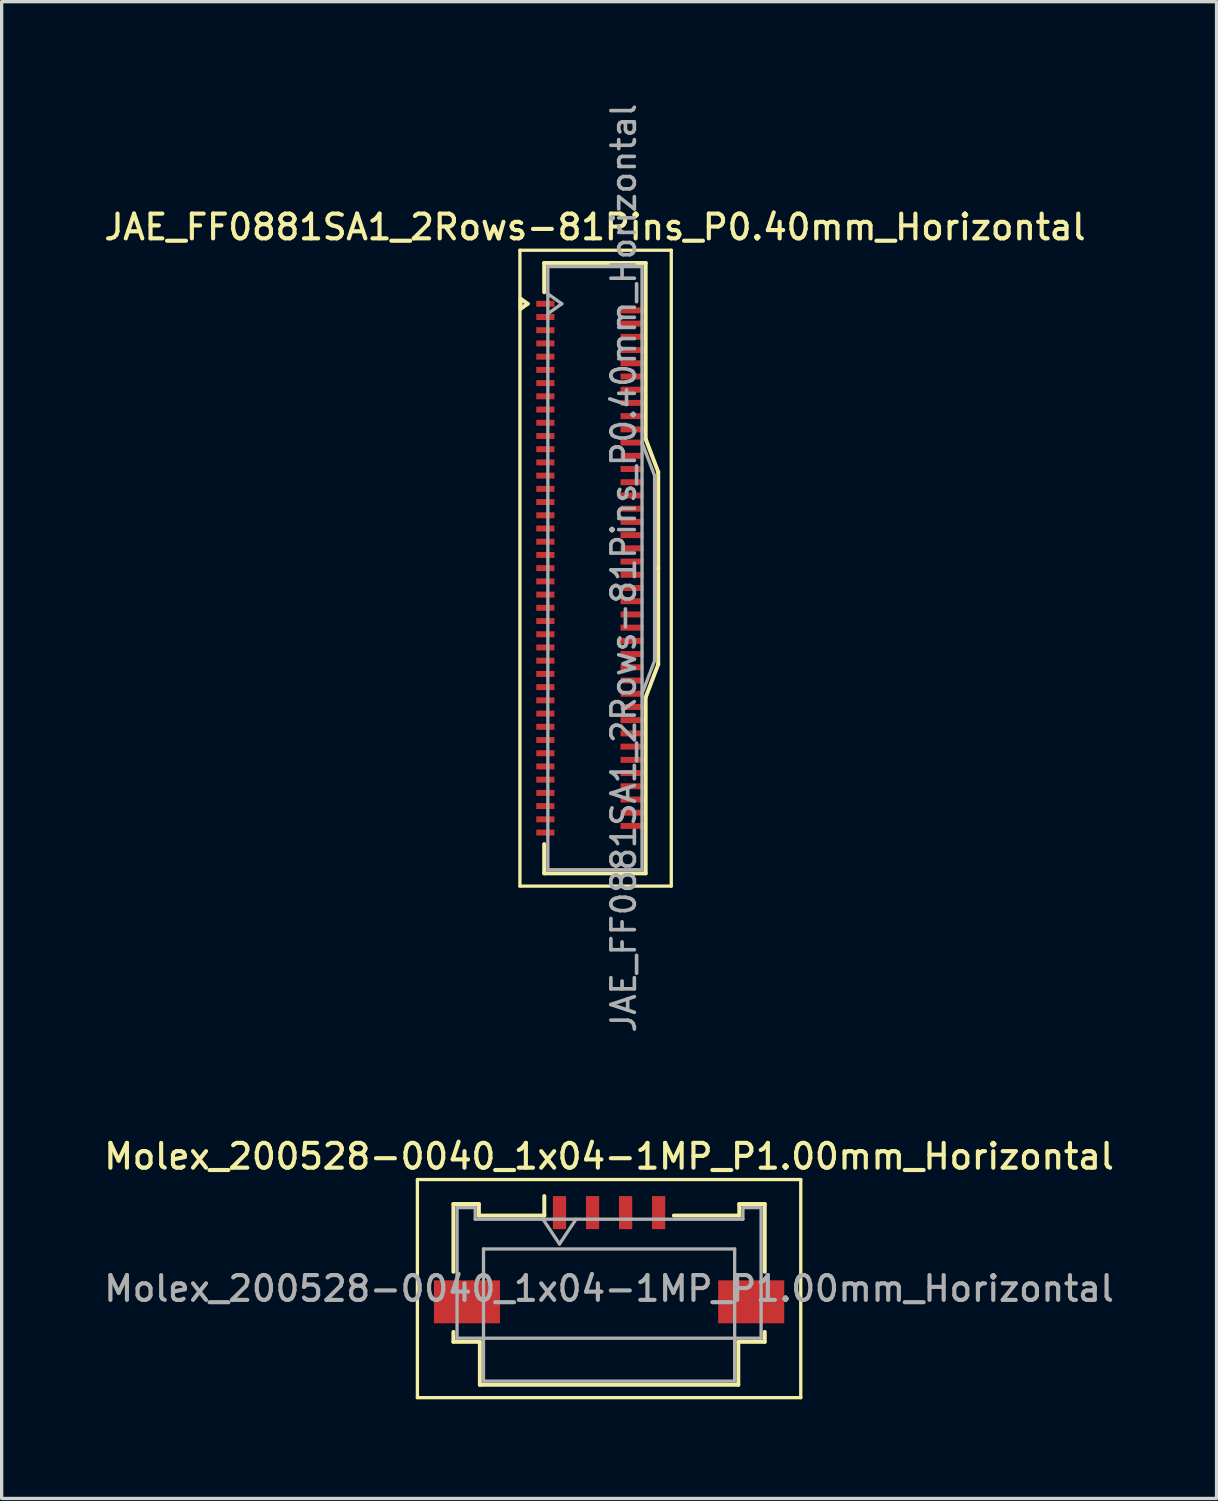
<source format=kicad_pcb>
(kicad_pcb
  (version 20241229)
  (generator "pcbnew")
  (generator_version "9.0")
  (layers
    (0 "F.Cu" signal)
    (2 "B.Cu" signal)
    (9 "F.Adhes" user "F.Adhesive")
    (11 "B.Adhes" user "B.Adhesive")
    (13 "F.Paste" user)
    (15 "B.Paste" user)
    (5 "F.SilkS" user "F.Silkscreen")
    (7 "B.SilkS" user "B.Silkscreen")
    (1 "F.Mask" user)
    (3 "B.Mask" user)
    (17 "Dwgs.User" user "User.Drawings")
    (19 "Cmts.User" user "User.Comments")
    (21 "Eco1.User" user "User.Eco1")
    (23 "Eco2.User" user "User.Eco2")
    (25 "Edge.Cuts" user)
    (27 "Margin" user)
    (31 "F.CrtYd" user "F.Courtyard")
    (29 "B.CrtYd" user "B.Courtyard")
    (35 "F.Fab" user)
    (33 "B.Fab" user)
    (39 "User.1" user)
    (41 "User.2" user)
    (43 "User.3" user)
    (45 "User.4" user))
  (footprint "JAE_FF0881SA1_2Rows-81Pins_P0.40mm_Horizontal"
    (layer "F.Cu")
    (at 14.802 14.142)
    (property "Reference" "JAE_FF0881SA1_2Rows-81Pins_P0.40mm_Horizontal" (at 0.15 -10.32 0) (layer "F.SilkS") (effects (font (size 0.75 0.75) (thickness 0.125))))
    (attr smd)
    (fp_line (start -2.12 -9.62) (end -2.12 9.62) (stroke (width 0.1) (type solid)) (layer "F.SilkS"))
    (fp_line (start -2.12 9.62) (end 2.46 9.62) (stroke (width 0.1) (type solid)) (layer "F.SilkS"))
    (fp_line (start -2.097 -8.15) (end -1.885 -8) (stroke (width 0.12) (type solid)) (layer "F.SilkS"))
    (fp_line (start -2.097 -7.85) (end -2.097 -8.15) (stroke (width 0.12) (type solid)) (layer "F.SilkS"))
    (fp_line (start -1.885 -8) (end -2.097 -7.85) (stroke (width 0.12) (type solid)) (layer "F.SilkS"))
    (fp_line (start -1.385 -9.235) (end 1.685 -9.235) (stroke (width 0.12) (type solid)) (layer "F.SilkS"))
    (fp_line (start -1.385 -8.35) (end -1.385 -9.235) (stroke (width 0.12) (type solid)) (layer "F.SilkS"))
    (fp_line (start -1.385 8.35) (end -1.385 9.235) (stroke (width 0.12) (type solid)) (layer "F.SilkS"))
    (fp_line (start -1.385 9.235) (end 1.685 9.235) (stroke (width 0.12) (type solid)) (layer "F.SilkS"))
    (fp_line (start 1.685 -9.235) (end 1.685 -3.91) (stroke (width 0.12) (type solid)) (layer "F.SilkS"))
    (fp_line (start 1.685 -3.91) (end 2.065 -2.91) (stroke (width 0.12) (type solid)) (layer "F.SilkS"))
    (fp_line (start 1.685 3.91) (end 2.065 2.91) (stroke (width 0.12) (type solid)) (layer "F.SilkS"))
    (fp_line (start 1.685 9.235) (end 1.685 3.91) (stroke (width 0.12) (type solid)) (layer "F.SilkS"))
    (fp_line (start 2.065 -2.91) (end 2.065 0) (stroke (width 0.12) (type solid)) (layer "F.SilkS"))
    (fp_line (start 2.065 2.91) (end 2.065 0) (stroke (width 0.12) (type solid)) (layer "F.SilkS"))
    (fp_line (start 2.46 -9.62) (end -2.12 -9.62) (stroke (width 0.1) (type solid)) (layer "F.SilkS"))
    (fp_line (start 2.46 9.62) (end 2.46 -9.62) (stroke (width 0.1) (type solid)) (layer "F.SilkS"))
    (fp_line (start -1.275 -9.125) (end -1.275 9.125) (stroke (width 0.1) (type solid)) (layer "F.Fab"))
    (fp_line (start -1.275 -8.3) (end -0.851 -8) (stroke (width 0.1) (type solid)) (layer "F.Fab"))
    (fp_line (start -1.275 9.125) (end 1.575 9.125) (stroke (width 0.1) (type solid)) (layer "F.Fab"))
    (fp_line (start -0.851 -8) (end -1.275 -7.7) (stroke (width 0.1) (type solid)) (layer "F.Fab"))
    (fp_line (start 1.575 -9.125) (end -1.275 -9.125) (stroke (width 0.1) (type solid)) (layer "F.Fab"))
    (fp_line (start 1.575 -3.8) (end 1.955 -2.8) (stroke (width 0.1) (type solid)) (layer "F.Fab"))
    (fp_line (start 1.575 9.125) (end 1.575 -9.125) (stroke (width 0.1) (type solid)) (layer "F.Fab"))
    (fp_line (start 1.955 -2.8) (end 1.955 2.8) (stroke (width 0.1) (type solid)) (layer "F.Fab"))
    (fp_line (start 1.955 2.8) (end 1.575 3.8) (stroke (width 0.1) (type solid)) (layer "F.Fab"))
    (fp_text user "${REFERENCE}" (at 1.02 0 90) (layer "F.Fab") (effects (font (size 0.71 0.71) (thickness 0.11))))
    (pad "1" smd rect (at -1.35 -8) (size 0.55 0.18) (layers "F.Cu" "F.Mask" "F.Paste"))
    (pad "2" smd rect (at 1.275 -7.8) (size 0.7 0.18) (layers "F.Cu" "F.Mask" "F.Paste"))
    (pad "3" smd rect (at -1.35 -7.6) (size 0.55 0.18) (layers "F.Cu" "F.Mask" "F.Paste"))
    (pad "4" smd rect (at 1.275 -7.4) (size 0.7 0.18) (layers "F.Cu" "F.Mask" "F.Paste"))
    (pad "5" smd rect (at -1.35 -7.2) (size 0.55 0.18) (layers "F.Cu" "F.Mask" "F.Paste"))
    (pad "6" smd rect (at 1.275 -7) (size 0.7 0.18) (layers "F.Cu" "F.Mask" "F.Paste"))
    (pad "7" smd rect (at -1.35 -6.8) (size 0.55 0.18) (layers "F.Cu" "F.Mask" "F.Paste"))
    (pad "8" smd rect (at 1.275 -6.6) (size 0.7 0.18) (layers "F.Cu" "F.Mask" "F.Paste"))
    (pad "9" smd rect (at -1.35 -6.4) (size 0.55 0.18) (layers "F.Cu" "F.Mask" "F.Paste"))
    (pad "10" smd rect (at 1.275 -6.2) (size 0.7 0.18) (layers "F.Cu" "F.Mask" "F.Paste"))
    (pad "11" smd rect (at -1.35 -6) (size 0.55 0.18) (layers "F.Cu" "F.Mask" "F.Paste"))
    (pad "12" smd rect (at 1.275 -5.8) (size 0.7 0.18) (layers "F.Cu" "F.Mask" "F.Paste"))
    (pad "13" smd rect (at -1.35 -5.6) (size 0.55 0.18) (layers "F.Cu" "F.Mask" "F.Paste"))
    (pad "14" smd rect (at 1.275 -5.4) (size 0.7 0.18) (layers "F.Cu" "F.Mask" "F.Paste"))
    (pad "15" smd rect (at -1.35 -5.2) (size 0.55 0.18) (layers "F.Cu" "F.Mask" "F.Paste"))
    (pad "16" smd rect (at 1.275 -5) (size 0.7 0.18) (layers "F.Cu" "F.Mask" "F.Paste"))
    (pad "17" smd rect (at -1.35 -4.8) (size 0.55 0.18) (layers "F.Cu" "F.Mask" "F.Paste"))
    (pad "18" smd rect (at 1.275 -4.6) (size 0.7 0.18) (layers "F.Cu" "F.Mask" "F.Paste"))
    (pad "19" smd rect (at -1.35 -4.4) (size 0.55 0.18) (layers "F.Cu" "F.Mask" "F.Paste"))
    (pad "20" smd rect (at 1.275 -4.2) (size 0.7 0.18) (layers "F.Cu" "F.Mask" "F.Paste"))
    (pad "21" smd rect (at -1.35 -4) (size 0.55 0.18) (layers "F.Cu" "F.Mask" "F.Paste"))
    (pad "22" smd rect (at 1.275 -3.8) (size 0.7 0.18) (layers "F.Cu" "F.Mask" "F.Paste"))
    (pad "23" smd rect (at -1.35 -3.6) (size 0.55 0.18) (layers "F.Cu" "F.Mask" "F.Paste"))
    (pad "24" smd rect (at 1.275 -3.4) (size 0.7 0.18) (layers "F.Cu" "F.Mask" "F.Paste"))
    (pad "25" smd rect (at -1.35 -3.2) (size 0.55 0.18) (layers "F.Cu" "F.Mask" "F.Paste"))
    (pad "26" smd rect (at 1.275 -3) (size 0.7 0.18) (layers "F.Cu" "F.Mask" "F.Paste"))
    (pad "27" smd rect (at -1.35 -2.8) (size 0.55 0.18) (layers "F.Cu" "F.Mask" "F.Paste"))
    (pad "28" smd rect (at 1.275 -2.6) (size 0.7 0.18) (layers "F.Cu" "F.Mask" "F.Paste"))
    (pad "29" smd rect (at -1.35 -2.4) (size 0.55 0.18) (layers "F.Cu" "F.Mask" "F.Paste"))
    (pad "30" smd rect (at 1.275 -2.2) (size 0.7 0.18) (layers "F.Cu" "F.Mask" "F.Paste"))
    (pad "31" smd rect (at -1.35 -2) (size 0.55 0.18) (layers "F.Cu" "F.Mask" "F.Paste"))
    (pad "32" smd rect (at 1.275 -1.8) (size 0.7 0.18) (layers "F.Cu" "F.Mask" "F.Paste"))
    (pad "33" smd rect (at -1.35 -1.6) (size 0.55 0.18) (layers "F.Cu" "F.Mask" "F.Paste"))
    (pad "34" smd rect (at 1.275 -1.4) (size 0.7 0.18) (layers "F.Cu" "F.Mask" "F.Paste"))
    (pad "35" smd rect (at -1.35 -1.2) (size 0.55 0.18) (layers "F.Cu" "F.Mask" "F.Paste"))
    (pad "36" smd rect (at 1.275 -1) (size 0.7 0.18) (layers "F.Cu" "F.Mask" "F.Paste"))
    (pad "37" smd rect (at -1.35 -0.8) (size 0.55 0.18) (layers "F.Cu" "F.Mask" "F.Paste"))
    (pad "38" smd rect (at 1.275 -0.6) (size 0.7 0.18) (layers "F.Cu" "F.Mask" "F.Paste"))
    (pad "39" smd rect (at -1.35 -0.4) (size 0.55 0.18) (layers "F.Cu" "F.Mask" "F.Paste"))
    (pad "40" smd rect (at 1.275 -0.2) (size 0.7 0.18) (layers "F.Cu" "F.Mask" "F.Paste"))
    (pad "41" smd rect (at -1.35 0) (size 0.55 0.18) (layers "F.Cu" "F.Mask" "F.Paste"))
    (pad "42" smd rect (at 1.275 0.2) (size 0.7 0.18) (layers "F.Cu" "F.Mask" "F.Paste"))
    (pad "43" smd rect (at -1.35 0.4) (size 0.55 0.18) (layers "F.Cu" "F.Mask" "F.Paste"))
    (pad "44" smd rect (at 1.275 0.6) (size 0.7 0.18) (layers "F.Cu" "F.Mask" "F.Paste"))
    (pad "45" smd rect (at -1.35 0.8) (size 0.55 0.18) (layers "F.Cu" "F.Mask" "F.Paste"))
    (pad "46" smd rect (at 1.275 1) (size 0.7 0.18) (layers "F.Cu" "F.Mask" "F.Paste"))
    (pad "47" smd rect (at -1.35 1.2) (size 0.55 0.18) (layers "F.Cu" "F.Mask" "F.Paste"))
    (pad "48" smd rect (at 1.275 1.4) (size 0.7 0.18) (layers "F.Cu" "F.Mask" "F.Paste"))
    (pad "49" smd rect (at -1.35 1.6) (size 0.55 0.18) (layers "F.Cu" "F.Mask" "F.Paste"))
    (pad "50" smd rect (at 1.275 1.8) (size 0.7 0.18) (layers "F.Cu" "F.Mask" "F.Paste"))
    (pad "51" smd rect (at -1.35 2) (size 0.55 0.18) (layers "F.Cu" "F.Mask" "F.Paste"))
    (pad "52" smd rect (at 1.275 2.2) (size 0.7 0.18) (layers "F.Cu" "F.Mask" "F.Paste"))
    (pad "53" smd rect (at -1.35 2.4) (size 0.55 0.18) (layers "F.Cu" "F.Mask" "F.Paste"))
    (pad "54" smd rect (at 1.275 2.6) (size 0.7 0.18) (layers "F.Cu" "F.Mask" "F.Paste"))
    (pad "55" smd rect (at -1.35 2.8) (size 0.55 0.18) (layers "F.Cu" "F.Mask" "F.Paste"))
    (pad "56" smd rect (at 1.275 3) (size 0.7 0.18) (layers "F.Cu" "F.Mask" "F.Paste"))
    (pad "57" smd rect (at -1.35 3.2) (size 0.55 0.18) (layers "F.Cu" "F.Mask" "F.Paste"))
    (pad "58" smd rect (at 1.275 3.4) (size 0.7 0.18) (layers "F.Cu" "F.Mask" "F.Paste"))
    (pad "59" smd rect (at -1.35 3.6) (size 0.55 0.18) (layers "F.Cu" "F.Mask" "F.Paste"))
    (pad "60" smd rect (at 1.275 3.8) (size 0.7 0.18) (layers "F.Cu" "F.Mask" "F.Paste"))
    (pad "61" smd rect (at -1.35 4) (size 0.55 0.18) (layers "F.Cu" "F.Mask" "F.Paste"))
    (pad "62" smd rect (at 1.275 4.2) (size 0.7 0.18) (layers "F.Cu" "F.Mask" "F.Paste"))
    (pad "63" smd rect (at -1.35 4.4) (size 0.55 0.18) (layers "F.Cu" "F.Mask" "F.Paste"))
    (pad "64" smd rect (at 1.275 4.6) (size 0.7 0.18) (layers "F.Cu" "F.Mask" "F.Paste"))
    (pad "65" smd rect (at -1.35 4.8) (size 0.55 0.18) (layers "F.Cu" "F.Mask" "F.Paste"))
    (pad "66" smd rect (at 1.275 5) (size 0.7 0.18) (layers "F.Cu" "F.Mask" "F.Paste"))
    (pad "67" smd rect (at -1.35 5.2) (size 0.55 0.18) (layers "F.Cu" "F.Mask" "F.Paste"))
    (pad "68" smd rect (at 1.275 5.4) (size 0.7 0.18) (layers "F.Cu" "F.Mask" "F.Paste"))
    (pad "69" smd rect (at -1.35 5.6) (size 0.55 0.18) (layers "F.Cu" "F.Mask" "F.Paste"))
    (pad "70" smd rect (at 1.275 5.8) (size 0.7 0.18) (layers "F.Cu" "F.Mask" "F.Paste"))
    (pad "71" smd rect (at -1.35 6) (size 0.55 0.18) (layers "F.Cu" "F.Mask" "F.Paste"))
    (pad "72" smd rect (at 1.275 6.2) (size 0.7 0.18) (layers "F.Cu" "F.Mask" "F.Paste"))
    (pad "73" smd rect (at -1.35 6.4) (size 0.55 0.18) (layers "F.Cu" "F.Mask" "F.Paste"))
    (pad "74" smd rect (at 1.275 6.6) (size 0.7 0.18) (layers "F.Cu" "F.Mask" "F.Paste"))
    (pad "75" smd rect (at -1.35 6.8) (size 0.55 0.18) (layers "F.Cu" "F.Mask" "F.Paste"))
    (pad "76" smd rect (at 1.275 7) (size 0.7 0.18) (layers "F.Cu" "F.Mask" "F.Paste"))
    (pad "77" smd rect (at -1.35 7.2) (size 0.55 0.18) (layers "F.Cu" "F.Mask" "F.Paste"))
    (pad "78" smd rect (at 1.275 7.4) (size 0.7 0.18) (layers "F.Cu" "F.Mask" "F.Paste"))
    (pad "79" smd rect (at -1.35 7.6) (size 0.55 0.18) (layers "F.Cu" "F.Mask" "F.Paste"))
    (pad "80" smd rect (at 1.275 7.8) (size 0.7 0.18) (layers "F.Cu" "F.Mask" "F.Paste"))
    (pad "81" smd rect (at -1.35 8) (size 0.55 0.18) (layers "F.Cu" "F.Mask" "F.Paste")))
  (footprint "Molex_200528-0040_1x04-1MP_P1.00mm_Horizontal"
    (layer "F.Cu")
    (at 15.38 34.552)
    (property "Reference" "Molex_200528-0040_1x04-1MP_P1.00mm_Horizontal" (at 0 -2.61 0) (layer "F.SilkS") (effects (font (size 0.75 0.75) (thickness 0.125))))
    (attr smd)
    (fp_line (start -5.8 -1.91) (end -5.8 4.69) (stroke (width 0.1) (type solid)) (layer "F.SilkS"))
    (fp_line (start -5.8 4.69) (end 5.8 4.69) (stroke (width 0.1) (type solid)) (layer "F.SilkS"))
    (fp_line (start -4.71 -1.17) (end -4.71 0.88) (stroke (width 0.12) (type solid)) (layer "F.SilkS"))
    (fp_line (start -4.71 2.7) (end -4.71 3) (stroke (width 0.12) (type solid)) (layer "F.SilkS"))
    (fp_line (start -4.71 3) (end -3.91 3) (stroke (width 0.12) (type solid)) (layer "F.SilkS"))
    (fp_line (start -3.94 -1.17) (end -4.71 -1.17) (stroke (width 0.12) (type solid)) (layer "F.SilkS"))
    (fp_line (start -3.94 -0.82) (end -3.94 -1.17) (stroke (width 0.12) (type solid)) (layer "F.SilkS"))
    (fp_line (start -3.91 3) (end -3.91 4.3) (stroke (width 0.12) (type solid)) (layer "F.SilkS"))
    (fp_line (start -3.91 4.3) (end 3.91 4.3) (stroke (width 0.12) (type solid)) (layer "F.SilkS"))
    (fp_line (start -1.96 -1.41) (end -1.96 -0.82) (stroke (width 0.12) (type solid)) (layer "F.SilkS"))
    (fp_line (start -1.96 -0.82) (end -3.94 -0.82) (stroke (width 0.12) (type solid)) (layer "F.SilkS"))
    (fp_line (start 3.91 3) (end 4.71 3) (stroke (width 0.12) (type solid)) (layer "F.SilkS"))
    (fp_line (start 3.91 4.3) (end 3.91 3) (stroke (width 0.12) (type solid)) (layer "F.SilkS"))
    (fp_line (start 3.94 -1.17) (end 3.94 -0.82) (stroke (width 0.12) (type solid)) (layer "F.SilkS"))
    (fp_line (start 3.94 -0.82) (end 1.96 -0.82) (stroke (width 0.12) (type solid)) (layer "F.SilkS"))
    (fp_line (start 4.71 -1.17) (end 3.94 -1.17) (stroke (width 0.12) (type solid)) (layer "F.SilkS"))
    (fp_line (start 4.71 0.88) (end 4.71 -1.17) (stroke (width 0.12) (type solid)) (layer "F.SilkS"))
    (fp_line (start 4.71 3) (end 4.71 2.7) (stroke (width 0.12) (type solid)) (layer "F.SilkS"))
    (fp_line (start 5.8 -1.91) (end -5.8 -1.91) (stroke (width 0.1) (type solid)) (layer "F.SilkS"))
    (fp_line (start 5.8 4.69) (end 5.8 -1.91) (stroke (width 0.1) (type solid)) (layer "F.SilkS"))
    (fp_line (start -4.6 -1.06) (end -4.6 2.89) (stroke (width 0.1) (type solid)) (layer "F.Fab"))
    (fp_line (start -4.6 2.89) (end 4.6 2.89) (stroke (width 0.1) (type solid)) (layer "F.Fab"))
    (fp_line (start -4.05 -1.06) (end -4.6 -1.06) (stroke (width 0.1) (type solid)) (layer "F.Fab"))
    (fp_line (start -4.05 -0.71) (end -4.05 -1.06) (stroke (width 0.1) (type solid)) (layer "F.Fab"))
    (fp_line (start -3.8 0.19) (end -3.8 4.19) (stroke (width 0.1) (type solid)) (layer "F.Fab"))
    (fp_line (start -3.8 4.19) (end 3.8 4.19) (stroke (width 0.1) (type solid)) (layer "F.Fab"))
    (fp_line (start -2 -0.71) (end -1.5 0.04) (stroke (width 0.1) (type solid)) (layer "F.Fab"))
    (fp_line (start -1.5 0.04) (end -1 -0.71) (stroke (width 0.1) (type solid)) (layer "F.Fab"))
    (fp_line (start 3.8 0.19) (end -3.8 0.19) (stroke (width 0.1) (type solid)) (layer "F.Fab"))
    (fp_line (start 3.8 4.19) (end 3.8 0.19) (stroke (width 0.1) (type solid)) (layer "F.Fab"))
    (fp_line (start 4.05 -1.06) (end 4.05 -0.71) (stroke (width 0.1) (type solid)) (layer "F.Fab"))
    (fp_line (start 4.05 -0.71) (end -4.05 -0.71) (stroke (width 0.1) (type solid)) (layer "F.Fab"))
    (fp_line (start 4.6 -1.06) (end 4.05 -1.06) (stroke (width 0.1) (type solid)) (layer "F.Fab"))
    (fp_line (start 4.6 2.89) (end 4.6 -1.06) (stroke (width 0.1) (type solid)) (layer "F.Fab"))
    (fp_text user "${REFERENCE}" (at 0 1.39 0) (layer "F.Fab") (effects (font (size 0.75 0.75) (thickness 0.125))))
    (pad "1" smd rect (at -1.5 -0.91) (size 0.4 1) (layers "F.Cu" "F.Mask" "F.Paste"))
    (pad "2" smd rect (at -0.5 -0.91) (size 0.4 1) (layers "F.Cu" "F.Mask" "F.Paste"))
    (pad "3" smd rect (at 0.5 -0.91) (size 0.4 1) (layers "F.Cu" "F.Mask" "F.Paste"))
    (pad "4" smd rect (at 1.5 -0.91) (size 0.4 1) (layers "F.Cu" "F.Mask" "F.Paste"))
    (pad "MP" smd rect (at -4.3 1.79) (size 2 1.3) (layers "F.Cu" "F.Mask" "F.Paste"))
    (pad "MP" smd rect (at 4.3 1.79) (size 2 1.3) (layers "F.Cu" "F.Mask" "F.Paste")))
  (gr_rect
    (start -3 -3)
    (end 33.761 42.292)
    (stroke (width 0.1) (type default))
    (fill no)
    (layer "Edge.Cuts")))
</source>
